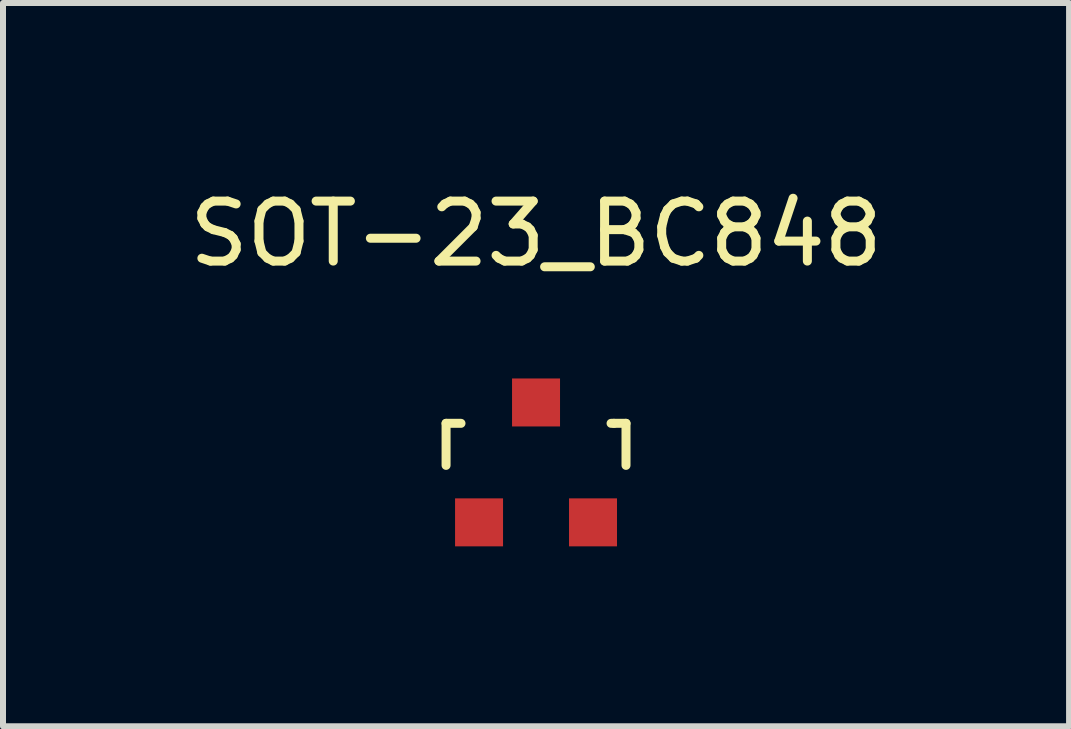
<source format=kicad_pcb>
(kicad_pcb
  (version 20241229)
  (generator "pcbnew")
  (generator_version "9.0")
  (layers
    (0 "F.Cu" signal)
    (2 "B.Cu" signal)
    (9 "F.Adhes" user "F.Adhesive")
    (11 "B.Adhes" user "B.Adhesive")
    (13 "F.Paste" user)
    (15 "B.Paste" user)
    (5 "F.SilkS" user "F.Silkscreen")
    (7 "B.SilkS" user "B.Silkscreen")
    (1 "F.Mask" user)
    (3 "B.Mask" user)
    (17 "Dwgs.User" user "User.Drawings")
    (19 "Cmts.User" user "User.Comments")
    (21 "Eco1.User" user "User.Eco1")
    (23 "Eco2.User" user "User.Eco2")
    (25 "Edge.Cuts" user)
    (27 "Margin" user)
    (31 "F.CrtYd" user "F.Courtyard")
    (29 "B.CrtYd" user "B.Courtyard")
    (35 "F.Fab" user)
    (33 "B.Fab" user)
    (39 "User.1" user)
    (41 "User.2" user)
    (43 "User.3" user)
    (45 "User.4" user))
  (footprint "SOT-23_BC848"
    (layer "F.Cu")
    (at 5.887 4.658)
    (property "Reference" "SOT-23_BC848" (at 0 -3.81 0) (layer "F.SilkS") (effects (font (size 1 1) (thickness 0.15))))
    (attr smd)
    (fp_line (start -1.5 -0.65) (end -1.251 -0.65) (stroke (width 0.15) (type solid)) (layer "F.SilkS"))
    (fp_line (start -1.5 0.051) (end -1.5 -0.65) (stroke (width 0.15) (type solid)) (layer "F.SilkS"))
    (fp_line (start 1.299 -0.65) (end 1.251 -0.65) (stroke (width 0.15) (type solid)) (layer "F.SilkS"))
    (fp_line (start 1.299 -0.65) (end 1.5 -0.65) (stroke (width 0.15) (type solid)) (layer "F.SilkS"))
    (fp_line (start 1.5 -0.65) (end 1.5 0.051) (stroke (width 0.15) (type solid)) (layer "F.SilkS"))
    (pad "1" smd rect (at -0.95 1.001) (size 0.8 0.8) (layers "F.Cu" "F.Mask" "F.Paste"))
    (pad "2" smd rect (at 0.95 1.001) (size 0.8 0.8) (layers "F.Cu" "F.Mask" "F.Paste"))
    (pad "3" smd rect (at 0 -0.998) (size 0.8 0.8) (layers "F.Cu" "F.Mask" "F.Paste")))
  (gr_rect
    (start -3 -3)
    (end 14.774 9.059)
    (stroke (width 0.1) (type default))
    (fill no)
    (layer "Edge.Cuts")))
</source>
